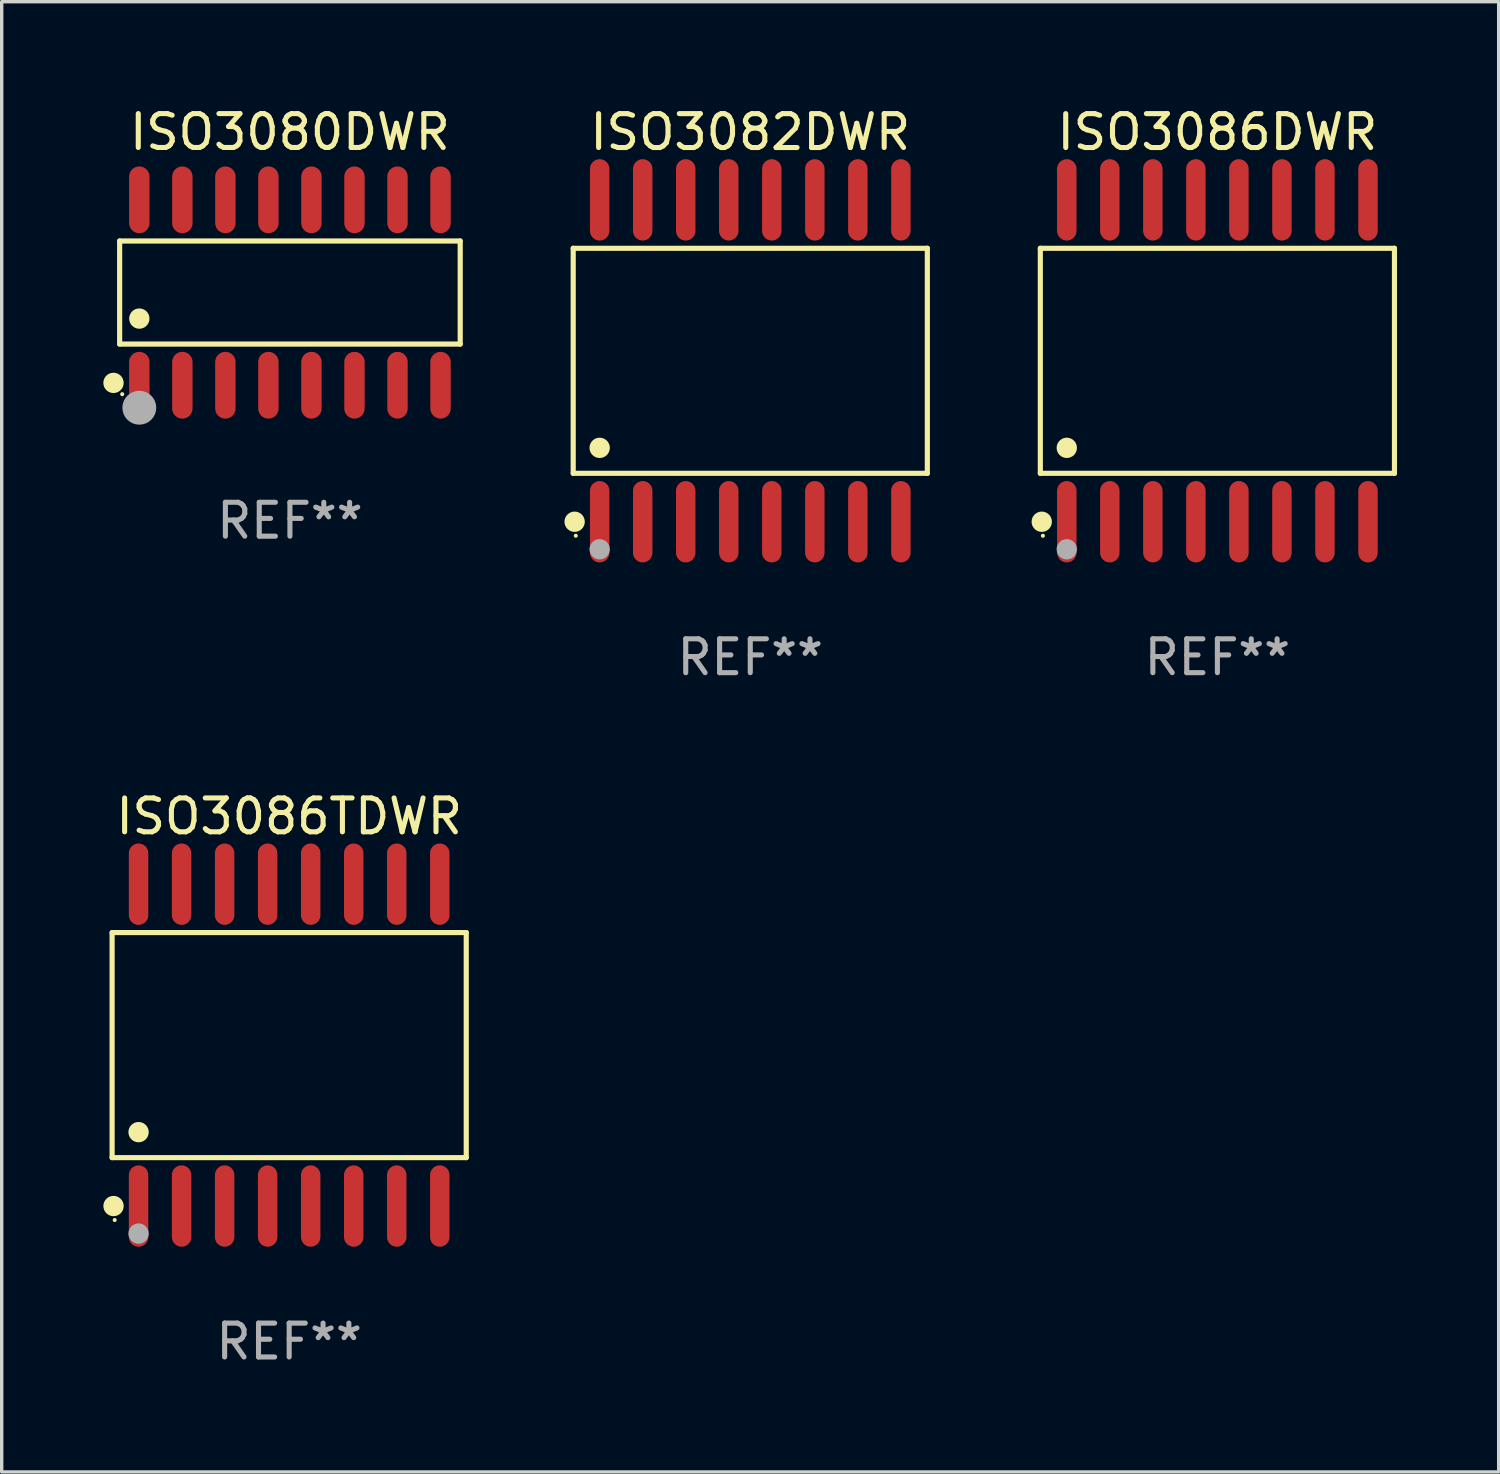
<source format=kicad_pcb>
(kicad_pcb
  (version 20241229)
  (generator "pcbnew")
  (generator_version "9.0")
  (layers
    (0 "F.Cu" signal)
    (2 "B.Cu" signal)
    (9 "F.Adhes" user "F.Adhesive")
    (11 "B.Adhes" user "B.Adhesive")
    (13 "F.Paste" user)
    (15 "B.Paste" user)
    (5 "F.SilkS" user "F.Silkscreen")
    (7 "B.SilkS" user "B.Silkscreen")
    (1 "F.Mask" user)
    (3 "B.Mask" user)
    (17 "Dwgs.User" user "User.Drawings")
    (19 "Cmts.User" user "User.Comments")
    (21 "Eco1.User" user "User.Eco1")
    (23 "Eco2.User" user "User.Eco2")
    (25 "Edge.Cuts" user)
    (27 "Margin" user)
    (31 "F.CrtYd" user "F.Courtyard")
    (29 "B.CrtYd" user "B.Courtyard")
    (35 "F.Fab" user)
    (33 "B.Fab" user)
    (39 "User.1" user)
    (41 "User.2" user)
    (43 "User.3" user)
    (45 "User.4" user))
  (footprint "ISO3082DWR"
    (layer "F.Cu")
    (at 19.094 7.599)
    (property "Reference" "ISO3082DWR" (at 0 -6.75 0) (layer "F.SilkS") (effects (font (size 1 1) (thickness 0.15))))
    (attr through_hole)
    (fp_line (start -5.226 -3.321) (end 5.226 -3.321) (stroke (width 0.152) (type solid)) (layer "F.SilkS"))
    (fp_line (start -5.226 3.321) (end -5.226 -3.321) (stroke (width 0.152) (type solid)) (layer "F.SilkS"))
    (fp_line (start 5.226 -3.321) (end 5.226 3.321) (stroke (width 0.152) (type solid)) (layer "F.SilkS"))
    (fp_line (start 5.226 3.321) (end -5.226 3.321) (stroke (width 0.152) (type solid)) (layer "F.SilkS"))
    (fp_circle (center -5.184 4.75) (end -5.034 4.75) (stroke (width 0.3) (type solid)) (fill no) (layer "F.SilkS"))
    (fp_circle (center -5.15 5.163) (end -5.12 5.163) (stroke (width 0.06) (type solid)) (fill no) (layer "F.SilkS"))
    (fp_circle (center -4.445 2.569) (end -4.295 2.569) (stroke (width 0.3) (type solid)) (fill no) (layer "F.SilkS"))
    (fp_circle (center -4.445 5.563) (end -4.295 5.563) (stroke (width 0.3) (type solid)) (fill no) (layer "F.Fab"))
    (fp_text user "REF**" (at 0 8.75 0) (layer "F.Fab") (effects (font (size 1 1) (thickness 0.15))))
    (pad "1" smd oval (at -4.445 4.75) (size 0.574 2.401) (layers "F.Cu" "F.Mask" "F.Paste"))
    (pad "2" smd oval (at -3.175 4.75) (size 0.574 2.401) (layers "F.Cu" "F.Mask" "F.Paste"))
    (pad "3" smd oval (at -1.905 4.75) (size 0.574 2.401) (layers "F.Cu" "F.Mask" "F.Paste"))
    (pad "4" smd oval (at -0.635 4.75) (size 0.574 2.401) (layers "F.Cu" "F.Mask" "F.Paste"))
    (pad "5" smd oval (at 0.635 4.75) (size 0.574 2.401) (layers "F.Cu" "F.Mask" "F.Paste"))
    (pad "6" smd oval (at 1.905 4.75) (size 0.574 2.401) (layers "F.Cu" "F.Mask" "F.Paste"))
    (pad "7" smd oval (at 3.175 4.75) (size 0.574 2.401) (layers "F.Cu" "F.Mask" "F.Paste"))
    (pad "8" smd oval (at 4.445 4.75) (size 0.574 2.401) (layers "F.Cu" "F.Mask" "F.Paste"))
    (pad "9" smd oval (at 4.445 -4.75) (size 0.574 2.401) (layers "F.Cu" "F.Mask" "F.Paste"))
    (pad "10" smd oval (at 3.175 -4.75) (size 0.574 2.401) (layers "F.Cu" "F.Mask" "F.Paste"))
    (pad "11" smd oval (at 1.905 -4.75) (size 0.574 2.401) (layers "F.Cu" "F.Mask" "F.Paste"))
    (pad "12" smd oval (at 0.635 -4.75) (size 0.574 2.401) (layers "F.Cu" "F.Mask" "F.Paste"))
    (pad "13" smd oval (at -0.635 -4.75) (size 0.574 2.401) (layers "F.Cu" "F.Mask" "F.Paste"))
    (pad "14" smd oval (at -1.905 -4.75) (size 0.574 2.401) (layers "F.Cu" "F.Mask" "F.Paste"))
    (pad "15" smd oval (at -3.175 -4.75) (size 0.574 2.401) (layers "F.Cu" "F.Mask" "F.Paste"))
    (pad "16" smd oval (at -4.445 -4.75) (size 0.574 2.401) (layers "F.Cu" "F.Mask" "F.Paste")))
  (footprint "ISO3080DWR"
    (layer "F.Cu")
    (at 5.507 5.584)
    (property "Reference" "ISO3080DWR" (at 0 -4.736 0) (layer "F.SilkS") (effects (font (size 1 1) (thickness 0.15))))
    (attr through_hole)
    (fp_line (start -5.026 -1.521) (end 5.026 -1.521) (stroke (width 0.152) (type solid)) (layer "F.SilkS"))
    (fp_line (start -5.026 1.521) (end -5.026 -1.521) (stroke (width 0.152) (type solid)) (layer "F.SilkS"))
    (fp_line (start 5.026 -1.521) (end 5.026 1.521) (stroke (width 0.152) (type solid)) (layer "F.SilkS"))
    (fp_line (start 5.026 1.521) (end -5.026 1.521) (stroke (width 0.152) (type solid)) (layer "F.SilkS"))
    (fp_circle (center -5.207 2.667) (end -5.057 2.667) (stroke (width 0.3) (type solid)) (fill no) (layer "F.SilkS"))
    (fp_circle (center -4.95 3) (end -4.92 3) (stroke (width 0.06) (type solid)) (fill no) (layer "F.SilkS"))
    (fp_circle (center -4.445 0.769) (end -4.295 0.769) (stroke (width 0.3) (type solid)) (fill no) (layer "F.SilkS"))
    (fp_circle (center -4.445 3.4) (end -4.195 3.4) (stroke (width 0.5) (type solid)) (fill no) (layer "F.Fab"))
    (fp_text user "REF**" (at 0 6.736 0) (layer "F.Fab") (effects (font (size 1 1) (thickness 0.15))))
    (pad "1" smd oval (at -4.445 2.736) (size 0.602 1.971) (layers "F.Cu" "F.Mask" "F.Paste"))
    (pad "2" smd oval (at -3.175 2.736) (size 0.602 1.971) (layers "F.Cu" "F.Mask" "F.Paste"))
    (pad "3" smd oval (at -1.905 2.736) (size 0.602 1.971) (layers "F.Cu" "F.Mask" "F.Paste"))
    (pad "4" smd oval (at -0.635 2.736) (size 0.602 1.971) (layers "F.Cu" "F.Mask" "F.Paste"))
    (pad "5" smd oval (at 0.635 2.736) (size 0.602 1.971) (layers "F.Cu" "F.Mask" "F.Paste"))
    (pad "6" smd oval (at 1.905 2.736) (size 0.602 1.971) (layers "F.Cu" "F.Mask" "F.Paste"))
    (pad "7" smd oval (at 3.175 2.736) (size 0.602 1.971) (layers "F.Cu" "F.Mask" "F.Paste"))
    (pad "8" smd oval (at 4.445 2.736) (size 0.602 1.971) (layers "F.Cu" "F.Mask" "F.Paste"))
    (pad "9" smd oval (at 4.445 -2.736) (size 0.602 1.971) (layers "F.Cu" "F.Mask" "F.Paste"))
    (pad "10" smd oval (at 3.175 -2.736) (size 0.602 1.971) (layers "F.Cu" "F.Mask" "F.Paste"))
    (pad "11" smd oval (at 1.905 -2.736) (size 0.602 1.971) (layers "F.Cu" "F.Mask" "F.Paste"))
    (pad "12" smd oval (at 0.635 -2.736) (size 0.602 1.971) (layers "F.Cu" "F.Mask" "F.Paste"))
    (pad "13" smd oval (at -0.635 -2.736) (size 0.602 1.971) (layers "F.Cu" "F.Mask" "F.Paste"))
    (pad "14" smd oval (at -1.905 -2.736) (size 0.602 1.971) (layers "F.Cu" "F.Mask" "F.Paste"))
    (pad "15" smd oval (at -3.175 -2.736) (size 0.602 1.971) (layers "F.Cu" "F.Mask" "F.Paste"))
    (pad "16" smd oval (at -4.445 -2.736) (size 0.602 1.971) (layers "F.Cu" "F.Mask" "F.Paste")))
  (footprint "ISO3086TDWR"
    (layer "F.Cu")
    (at 5.485 27.796)
    (property "Reference" "ISO3086TDWR" (at 0 -6.75 0) (layer "F.SilkS") (effects (font (size 1 1) (thickness 0.15))))
    (attr through_hole)
    (fp_line (start -5.226 -3.321) (end 5.226 -3.321) (stroke (width 0.152) (type solid)) (layer "F.SilkS"))
    (fp_line (start -5.226 3.321) (end -5.226 -3.321) (stroke (width 0.152) (type solid)) (layer "F.SilkS"))
    (fp_line (start 5.226 -3.321) (end 5.226 3.321) (stroke (width 0.152) (type solid)) (layer "F.SilkS"))
    (fp_line (start 5.226 3.321) (end -5.226 3.321) (stroke (width 0.152) (type solid)) (layer "F.SilkS"))
    (fp_circle (center -5.184 4.75) (end -5.034 4.75) (stroke (width 0.3) (type solid)) (fill no) (layer "F.SilkS"))
    (fp_circle (center -5.15 5.163) (end -5.12 5.163) (stroke (width 0.06) (type solid)) (fill no) (layer "F.SilkS"))
    (fp_circle (center -4.445 2.569) (end -4.295 2.569) (stroke (width 0.3) (type solid)) (fill no) (layer "F.SilkS"))
    (fp_circle (center -4.445 5.563) (end -4.295 5.563) (stroke (width 0.3) (type solid)) (fill no) (layer "F.Fab"))
    (fp_text user "REF**" (at 0 8.75 0) (layer "F.Fab") (effects (font (size 1 1) (thickness 0.15))))
    (pad "1" smd oval (at -4.445 4.75) (size 0.574 2.401) (layers "F.Cu" "F.Mask" "F.Paste"))
    (pad "2" smd oval (at -3.175 4.75) (size 0.574 2.401) (layers "F.Cu" "F.Mask" "F.Paste"))
    (pad "3" smd oval (at -1.905 4.75) (size 0.574 2.401) (layers "F.Cu" "F.Mask" "F.Paste"))
    (pad "4" smd oval (at -0.635 4.75) (size 0.574 2.401) (layers "F.Cu" "F.Mask" "F.Paste"))
    (pad "5" smd oval (at 0.635 4.75) (size 0.574 2.401) (layers "F.Cu" "F.Mask" "F.Paste"))
    (pad "6" smd oval (at 1.905 4.75) (size 0.574 2.401) (layers "F.Cu" "F.Mask" "F.Paste"))
    (pad "7" smd oval (at 3.175 4.75) (size 0.574 2.401) (layers "F.Cu" "F.Mask" "F.Paste"))
    (pad "8" smd oval (at 4.445 4.75) (size 0.574 2.401) (layers "F.Cu" "F.Mask" "F.Paste"))
    (pad "9" smd oval (at 4.445 -4.75) (size 0.574 2.401) (layers "F.Cu" "F.Mask" "F.Paste"))
    (pad "10" smd oval (at 3.175 -4.75) (size 0.574 2.401) (layers "F.Cu" "F.Mask" "F.Paste"))
    (pad "11" smd oval (at 1.905 -4.75) (size 0.574 2.401) (layers "F.Cu" "F.Mask" "F.Paste"))
    (pad "12" smd oval (at 0.635 -4.75) (size 0.574 2.401) (layers "F.Cu" "F.Mask" "F.Paste"))
    (pad "13" smd oval (at -0.635 -4.75) (size 0.574 2.401) (layers "F.Cu" "F.Mask" "F.Paste"))
    (pad "14" smd oval (at -1.905 -4.75) (size 0.574 2.401) (layers "F.Cu" "F.Mask" "F.Paste"))
    (pad "15" smd oval (at -3.175 -4.75) (size 0.574 2.401) (layers "F.Cu" "F.Mask" "F.Paste"))
    (pad "16" smd oval (at -4.445 -4.75) (size 0.574 2.401) (layers "F.Cu" "F.Mask" "F.Paste")))
  (footprint "ISO3086DWR"
    (layer "F.Cu")
    (at 32.881 7.599)
    (property "Reference" "ISO3086DWR" (at 0 -6.75 0) (layer "F.SilkS") (effects (font (size 1 1) (thickness 0.15))))
    (attr through_hole)
    (fp_line (start -5.226 -3.321) (end 5.226 -3.321) (stroke (width 0.152) (type solid)) (layer "F.SilkS"))
    (fp_line (start -5.226 3.321) (end -5.226 -3.321) (stroke (width 0.152) (type solid)) (layer "F.SilkS"))
    (fp_line (start 5.226 -3.321) (end 5.226 3.321) (stroke (width 0.152) (type solid)) (layer "F.SilkS"))
    (fp_line (start 5.226 3.321) (end -5.226 3.321) (stroke (width 0.152) (type solid)) (layer "F.SilkS"))
    (fp_circle (center -5.184 4.75) (end -5.034 4.75) (stroke (width 0.3) (type solid)) (fill no) (layer "F.SilkS"))
    (fp_circle (center -5.15 5.163) (end -5.12 5.163) (stroke (width 0.06) (type solid)) (fill no) (layer "F.SilkS"))
    (fp_circle (center -4.445 2.569) (end -4.295 2.569) (stroke (width 0.3) (type solid)) (fill no) (layer "F.SilkS"))
    (fp_circle (center -4.445 5.563) (end -4.295 5.563) (stroke (width 0.3) (type solid)) (fill no) (layer "F.Fab"))
    (fp_text user "REF**" (at 0 8.75 0) (layer "F.Fab") (effects (font (size 1 1) (thickness 0.15))))
    (pad "1" smd oval (at -4.445 4.75) (size 0.574 2.401) (layers "F.Cu" "F.Mask" "F.Paste"))
    (pad "2" smd oval (at -3.175 4.75) (size 0.574 2.401) (layers "F.Cu" "F.Mask" "F.Paste"))
    (pad "3" smd oval (at -1.905 4.75) (size 0.574 2.401) (layers "F.Cu" "F.Mask" "F.Paste"))
    (pad "4" smd oval (at -0.635 4.75) (size 0.574 2.401) (layers "F.Cu" "F.Mask" "F.Paste"))
    (pad "5" smd oval (at 0.635 4.75) (size 0.574 2.401) (layers "F.Cu" "F.Mask" "F.Paste"))
    (pad "6" smd oval (at 1.905 4.75) (size 0.574 2.401) (layers "F.Cu" "F.Mask" "F.Paste"))
    (pad "7" smd oval (at 3.175 4.75) (size 0.574 2.401) (layers "F.Cu" "F.Mask" "F.Paste"))
    (pad "8" smd oval (at 4.445 4.75) (size 0.574 2.401) (layers "F.Cu" "F.Mask" "F.Paste"))
    (pad "9" smd oval (at 4.445 -4.75) (size 0.574 2.401) (layers "F.Cu" "F.Mask" "F.Paste"))
    (pad "10" smd oval (at 3.175 -4.75) (size 0.574 2.401) (layers "F.Cu" "F.Mask" "F.Paste"))
    (pad "11" smd oval (at 1.905 -4.75) (size 0.574 2.401) (layers "F.Cu" "F.Mask" "F.Paste"))
    (pad "12" smd oval (at 0.635 -4.75) (size 0.574 2.401) (layers "F.Cu" "F.Mask" "F.Paste"))
    (pad "13" smd oval (at -0.635 -4.75) (size 0.574 2.401) (layers "F.Cu" "F.Mask" "F.Paste"))
    (pad "14" smd oval (at -1.905 -4.75) (size 0.574 2.401) (layers "F.Cu" "F.Mask" "F.Paste"))
    (pad "15" smd oval (at -3.175 -4.75) (size 0.574 2.401) (layers "F.Cu" "F.Mask" "F.Paste"))
    (pad "16" smd oval (at -4.445 -4.75) (size 0.574 2.401) (layers "F.Cu" "F.Mask" "F.Paste")))
  (gr_rect
    (start -3 -3)
    (end 41.183 40.394)
    (stroke (width 0.1) (type default))
    (fill no)
    (layer "Edge.Cuts")))
</source>
